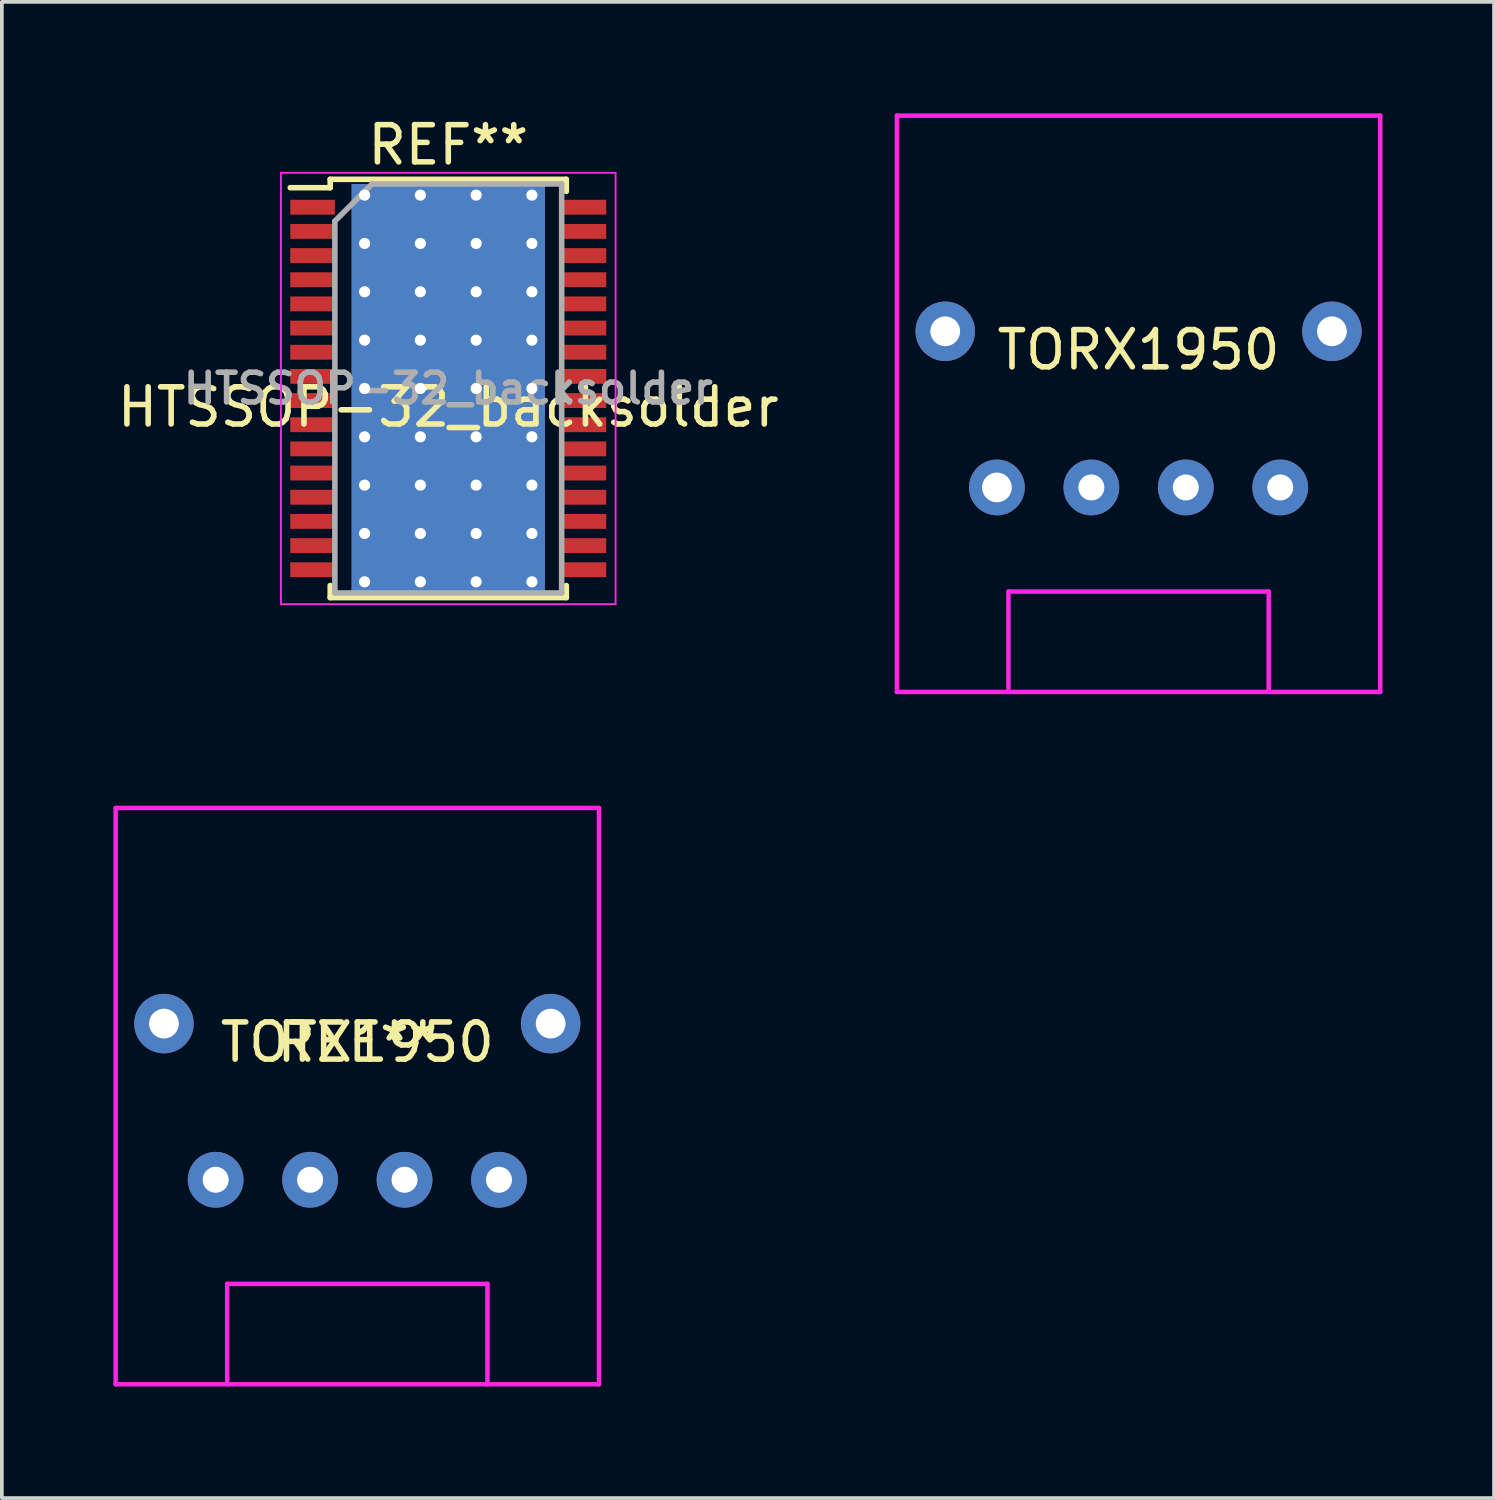
<source format=kicad_pcb>
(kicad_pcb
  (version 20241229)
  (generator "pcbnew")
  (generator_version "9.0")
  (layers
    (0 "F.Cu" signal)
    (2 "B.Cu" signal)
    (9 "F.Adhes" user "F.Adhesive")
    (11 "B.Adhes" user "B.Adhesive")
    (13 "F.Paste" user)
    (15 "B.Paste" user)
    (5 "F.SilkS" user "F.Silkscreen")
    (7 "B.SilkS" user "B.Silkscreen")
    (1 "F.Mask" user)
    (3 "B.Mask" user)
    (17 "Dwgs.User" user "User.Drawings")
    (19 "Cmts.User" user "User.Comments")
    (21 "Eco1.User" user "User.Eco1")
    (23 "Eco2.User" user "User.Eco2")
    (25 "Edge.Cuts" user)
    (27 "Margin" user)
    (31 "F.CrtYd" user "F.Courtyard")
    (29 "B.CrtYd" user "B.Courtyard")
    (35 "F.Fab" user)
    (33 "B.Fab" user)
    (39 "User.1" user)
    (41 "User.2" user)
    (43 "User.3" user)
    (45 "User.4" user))
  (footprint "HTSSOP-32_backsolder"
    (layer "F.Cu")
    (at 9.006 7.398)
    (property "Reference" "HTSSOP-32_backsolder" (at 0 0.5 0) (layer "F.SilkS") (effects (font (size 1 1) (thickness 0.15))))
    (attr through_hole)
    (fp_line (start -4.25 -5.4) (end -3.175 -5.4) (stroke (width 0.15) (type solid)) (layer "F.SilkS"))
    (fp_line (start -3.175 -5.625) (end 3.175 -5.625) (stroke (width 0.15) (type solid)) (layer "F.SilkS"))
    (fp_line (start -3.175 -5.4) (end -3.175 -5.625) (stroke (width 0.15) (type solid)) (layer "F.SilkS"))
    (fp_line (start -3.175 5.3) (end -3.175 5.625) (stroke (width 0.15) (type solid)) (layer "F.SilkS"))
    (fp_line (start -3.175 5.625) (end 3.175 5.625) (stroke (width 0.15) (type solid)) (layer "F.SilkS"))
    (fp_line (start 3.175 -5.625) (end 3.175 -5.3) (stroke (width 0.15) (type solid)) (layer "F.SilkS"))
    (fp_line (start 3.175 5.625) (end 3.175 5.3) (stroke (width 0.15) (type solid)) (layer "F.SilkS"))
    (fp_line (start -4.5 -5.8) (end -4.5 5.8) (stroke (width 0.05) (type solid)) (layer "F.CrtYd"))
    (fp_line (start -4.5 5.8) (end 4.5 5.8) (stroke (width 0.05) (type solid)) (layer "F.CrtYd"))
    (fp_line (start 4.5 -5.8) (end -4.5 -5.8) (stroke (width 0.05) (type solid)) (layer "F.CrtYd"))
    (fp_line (start 4.5 5.8) (end 4.5 -5.8) (stroke (width 0.05) (type solid)) (layer "F.CrtYd"))
    (fp_line (start -3.05 -4.5) (end -2.05 -5.5) (stroke (width 0.15) (type solid)) (layer "F.Fab"))
    (fp_line (start -3.05 5.5) (end -3.05 -4.5) (stroke (width 0.15) (type solid)) (layer "F.Fab"))
    (fp_line (start -2.05 -5.5) (end 3.05 -5.5) (stroke (width 0.15) (type solid)) (layer "F.Fab"))
    (fp_line (start 3.05 -5.5) (end 3.05 5.5) (stroke (width 0.15) (type solid)) (layer "F.Fab"))
    (fp_line (start 3.05 5.5) (end -3.05 5.5) (stroke (width 0.15) (type solid)) (layer "F.Fab"))
    (fp_text user "REF**" (at 0 -6.55 0) (layer "F.SilkS") (effects (font (size 1 1) (thickness 0.15))))
    (fp_text user "${REFERENCE}" (at 0 0 0) (layer "F.Fab") (effects (font (size 0.8 0.8) (thickness 0.15))))
    (pad "" smd rect (at -1.365 -1.725) (size 0.93 0.55) (layers "F.Paste"))
    (pad "" smd rect (at -1.365 -0.65) (size 0.93 1) (layers "F.Paste"))
    (pad "" smd rect (at -1.365 0.65) (size 0.93 1) (layers "F.Paste"))
    (pad "" smd rect (at -1.365 1.725) (size 0.93 0.55) (layers "F.Paste"))
    (pad "" smd rect (at 0 -1.725) (size 1.2 0.55) (layers "F.Paste"))
    (pad "" smd rect (at 0 -0.65) (size 1.2 1) (layers "F.Paste"))
    (pad "" smd rect (at 0 0) (size 2.3 3.5) (layers "B.Mask"))
    (pad "" smd rect (at 0 0) (size 3.04 3.74) (layers "F.Mask"))
    (pad "" smd rect (at 0 0.65) (size 1.2 1) (layers "F.Paste"))
    (pad "" smd rect (at 0 1.725) (size 1.2 0.55) (layers "F.Paste"))
    (pad "" smd rect (at 1.365 -1.725) (size 0.93 0.55) (layers "F.Paste"))
    (pad "" smd rect (at 1.365 -0.65) (size 0.93 1) (layers "F.Paste"))
    (pad "" smd rect (at 1.365 0.65) (size 0.93 1) (layers "F.Paste"))
    (pad "" smd rect (at 1.365 1.725) (size 0.93 0.55) (layers "F.Paste"))
    (pad "1" smd rect (at -3.65 -4.875) (size 1.2 0.4) (layers "F.Cu" "F.Mask" "F.Paste"))
    (pad "2" smd rect (at -3.65 -4.225) (size 1.2 0.4) (layers "F.Cu" "F.Mask" "F.Paste"))
    (pad "3" smd rect (at -3.65 -3.575) (size 1.2 0.4) (layers "F.Cu" "F.Mask" "F.Paste"))
    (pad "4" smd rect (at -3.65 -2.925) (size 1.2 0.4) (layers "F.Cu" "F.Mask" "F.Paste"))
    (pad "5" smd rect (at -3.65 -2.275) (size 1.2 0.4) (layers "F.Cu" "F.Mask" "F.Paste"))
    (pad "6" smd rect (at -3.65 -1.625) (size 1.2 0.4) (layers "F.Cu" "F.Mask" "F.Paste"))
    (pad "7" smd rect (at -3.65 -0.975) (size 1.2 0.4) (layers "F.Cu" "F.Mask" "F.Paste"))
    (pad "8" smd rect (at -3.65 -0.325) (size 1.2 0.4) (layers "F.Cu" "F.Mask" "F.Paste"))
    (pad "9" smd rect (at -3.65 0.325) (size 1.2 0.4) (layers "F.Cu" "F.Mask" "F.Paste"))
    (pad "10" smd rect (at -3.65 0.975) (size 1.2 0.4) (layers "F.Cu" "F.Mask" "F.Paste"))
    (pad "11" smd rect (at -3.65 1.625) (size 1.2 0.4) (layers "F.Cu" "F.Mask" "F.Paste"))
    (pad "12" smd rect (at -3.65 2.275) (size 1.2 0.4) (layers "F.Cu" "F.Mask" "F.Paste"))
    (pad "13" smd rect (at -3.65 2.925) (size 1.2 0.4) (layers "F.Cu" "F.Mask" "F.Paste"))
    (pad "14" smd rect (at -3.65 3.575) (size 1.2 0.4) (layers "F.Cu" "F.Mask" "F.Paste"))
    (pad "15" smd rect (at -3.65 4.225) (size 1.2 0.4) (layers "F.Cu" "F.Mask" "F.Paste"))
    (pad "16" smd rect (at -3.65 4.875) (size 1.2 0.4) (layers "F.Cu" "F.Mask" "F.Paste"))
    (pad "17" smd rect (at 3.65 4.875) (size 1.2 0.4) (layers "F.Cu" "F.Mask" "F.Paste"))
    (pad "18" smd rect (at 3.65 4.225) (size 1.2 0.4) (layers "F.Cu" "F.Mask" "F.Paste"))
    (pad "19" smd rect (at 3.65 3.575) (size 1.2 0.4) (layers "F.Cu" "F.Mask" "F.Paste"))
    (pad "20" smd rect (at 3.65 2.925) (size 1.2 0.4) (layers "F.Cu" "F.Mask" "F.Paste"))
    (pad "21" smd rect (at 3.65 2.275) (size 1.2 0.4) (layers "F.Cu" "F.Mask" "F.Paste"))
    (pad "22" smd rect (at 3.65 1.625) (size 1.2 0.4) (layers "F.Cu" "F.Mask" "F.Paste"))
    (pad "23" smd rect (at 3.65 0.975) (size 1.2 0.4) (layers "F.Cu" "F.Mask" "F.Paste"))
    (pad "24" smd rect (at 3.65 0.325) (size 1.2 0.4) (layers "F.Cu" "F.Mask" "F.Paste"))
    (pad "25" smd rect (at 3.65 -0.325) (size 1.2 0.4) (layers "F.Cu" "F.Mask" "F.Paste"))
    (pad "26" smd rect (at 3.65 -0.975) (size 1.2 0.4) (layers "F.Cu" "F.Mask" "F.Paste"))
    (pad "27" smd rect (at 3.65 -1.625) (size 1.2 0.4) (layers "F.Cu" "F.Mask" "F.Paste"))
    (pad "28" smd rect (at 3.65 -2.275) (size 1.2 0.4) (layers "F.Cu" "F.Mask" "F.Paste"))
    (pad "29" smd rect (at 3.65 -2.925) (size 1.2 0.4) (layers "F.Cu" "F.Mask" "F.Paste"))
    (pad "30" smd rect (at 3.65 -3.575) (size 1.2 0.4) (layers "F.Cu" "F.Mask" "F.Paste"))
    (pad "31" smd rect (at 3.65 -4.225) (size 1.2 0.4) (layers "F.Cu" "F.Mask" "F.Paste"))
    (pad "32" smd rect (at 3.65 -4.875) (size 1.2 0.4) (layers "F.Cu" "F.Mask" "F.Paste"))
    (pad "33" thru_hole circle (at -2.25 -5.2) (size 0.6 0.6) (drill 0.3) (layers "*.Cu"))
    (pad "33" thru_hole circle (at -2.25 -3.9) (size 0.6 0.6) (drill 0.3) (layers "*.Cu"))
    (pad "33" thru_hole circle (at -2.25 -2.6) (size 0.6 0.6) (drill 0.3) (layers "*.Cu"))
    (pad "33" thru_hole circle (at -2.25 -1.3) (size 0.6 0.6) (drill 0.3) (layers "*.Cu"))
    (pad "33" thru_hole circle (at -2.25 0) (size 0.6 0.6) (drill 0.3) (layers "*.Cu"))
    (pad "33" thru_hole circle (at -2.25 1.3) (size 0.6 0.6) (drill 0.3) (layers "*.Cu"))
    (pad "33" thru_hole circle (at -2.25 2.6) (size 0.6 0.6) (drill 0.3) (layers "*.Cu"))
    (pad "33" thru_hole circle (at -2.25 3.9) (size 0.6 0.6) (drill 0.3) (layers "*.Cu"))
    (pad "33" thru_hole circle (at -2.25 5.2) (size 0.6 0.6) (drill 0.3) (layers "*.Cu"))
    (pad "33" thru_hole circle (at -0.75 -5.2) (size 0.6 0.6) (drill 0.3) (layers "*.Cu"))
    (pad "33" thru_hole circle (at -0.75 -3.9) (size 0.6 0.6) (drill 0.3) (layers "*.Cu"))
    (pad "33" thru_hole circle (at -0.75 -2.6) (size 0.6 0.6) (drill 0.3) (layers "*.Cu"))
    (pad "33" thru_hole circle (at -0.75 -1.3) (size 0.6 0.6) (drill 0.3) (layers "*.Cu"))
    (pad "33" thru_hole circle (at -0.75 0) (size 0.6 0.6) (drill 0.3) (layers "*.Cu"))
    (pad "33" thru_hole circle (at -0.75 1.3) (size 0.6 0.6) (drill 0.3) (layers "*.Cu"))
    (pad "33" thru_hole circle (at -0.75 2.6) (size 0.6 0.6) (drill 0.3) (layers "*.Cu"))
    (pad "33" thru_hole circle (at -0.75 3.9) (size 0.6 0.6) (drill 0.3) (layers "*.Cu"))
    (pad "33" thru_hole circle (at -0.75 5.2) (size 0.6 0.6) (drill 0.3) (layers "*.Cu"))
    (pad "33" smd rect (at 0 0) (size 5.2 11) (layers "F.Cu"))
    (pad "33" smd rect (at 0 0) (size 5.2 11) (layers "B.Cu"))
    (pad "33" thru_hole circle (at 0.75 -5.2) (size 0.6 0.6) (drill 0.3) (layers "*.Cu"))
    (pad "33" thru_hole circle (at 0.75 -3.9) (size 0.6 0.6) (drill 0.3) (layers "*.Cu"))
    (pad "33" thru_hole circle (at 0.75 -2.6) (size 0.6 0.6) (drill 0.3) (layers "*.Cu"))
    (pad "33" thru_hole circle (at 0.75 -1.3) (size 0.6 0.6) (drill 0.3) (layers "*.Cu"))
    (pad "33" thru_hole circle (at 0.75 0) (size 0.6 0.6) (drill 0.3) (layers "*.Cu"))
    (pad "33" thru_hole circle (at 0.75 1.3) (size 0.6 0.6) (drill 0.3) (layers "*.Cu"))
    (pad "33" thru_hole circle (at 0.75 2.6) (size 0.6 0.6) (drill 0.3) (layers "*.Cu"))
    (pad "33" thru_hole circle (at 0.75 3.9) (size 0.6 0.6) (drill 0.3) (layers "*.Cu"))
    (pad "33" thru_hole circle (at 0.75 5.2) (size 0.6 0.6) (drill 0.3) (layers "*.Cu"))
    (pad "33" thru_hole circle (at 2.25 -5.2) (size 0.6 0.6) (drill 0.3) (layers "*.Cu"))
    (pad "33" thru_hole circle (at 2.25 -3.9) (size 0.6 0.6) (drill 0.3) (layers "*.Cu"))
    (pad "33" thru_hole circle (at 2.25 -2.6) (size 0.6 0.6) (drill 0.3) (layers "*.Cu"))
    (pad "33" thru_hole circle (at 2.25 -1.3) (size 0.6 0.6) (drill 0.3) (layers "*.Cu"))
    (pad "33" thru_hole circle (at 2.25 0) (size 0.6 0.6) (drill 0.3) (layers "*.Cu"))
    (pad "33" thru_hole circle (at 2.25 1.3) (size 0.6 0.6) (drill 0.3) (layers "*.Cu"))
    (pad "33" thru_hole circle (at 2.25 2.6) (size 0.6 0.6) (drill 0.3) (layers "*.Cu"))
    (pad "33" thru_hole circle (at 2.25 3.9) (size 0.6 0.6) (drill 0.3) (layers "*.Cu"))
    (pad "33" thru_hole circle (at 2.25 5.2) (size 0.6 0.6) (drill 0.3) (layers "*.Cu")))
  (footprint "TORX1950"
    (layer "F.Cu")
    (at 27.572 5.86)
    (property "Reference" "TORX1950" (at 0 0.5 0) (layer "F.SilkS") (effects (font (size 1 1) (thickness 0.15))))
    (attr through_hole)
    (fp_line (start -6.5 -5.8) (end 6.5 -5.8) (stroke (width 0.12) (type solid)) (layer "F.CrtYd"))
    (fp_line (start -6.5 9.7) (end -6.5 -5.8) (stroke (width 0.12) (type solid)) (layer "F.CrtYd"))
    (fp_line (start -3.5 7) (end 3.5 7) (stroke (width 0.12) (type solid)) (layer "F.CrtYd"))
    (fp_line (start -3.5 9.7) (end -3.5 7) (stroke (width 0.12) (type solid)) (layer "F.CrtYd"))
    (fp_line (start 3.5 7) (end 3.5 9.7) (stroke (width 0.12) (type solid)) (layer "F.CrtYd"))
    (fp_line (start 6.5 -5.8) (end 6.5 9.7) (stroke (width 0.12) (type solid)) (layer "F.CrtYd"))
    (fp_line (start 6.5 9.7) (end -6.5 9.7) (stroke (width 0.12) (type solid)) (layer "F.CrtYd"))
    (pad "1" thru_hole circle (at 3.81 4.2) (size 1.5 1.5) (drill 0.7) (layers "*.Cu" "*.Mask"))
    (pad "2" thru_hole circle (at 1.27 4.2) (size 1.5 1.5) (drill 0.7) (layers "*.Cu" "*.Mask"))
    (pad "3" thru_hole circle (at -1.27 4.2) (size 1.5 1.5) (drill 0.7) (layers "*.Cu" "*.Mask"))
    (pad "4" thru_hole circle (at -3.81 4.2) (size 1.5 1.5) (drill 0.8) (layers "*.Cu" "*.Mask"))
    (pad "5" thru_hole circle (at -5.2 0) (size 1.6 1.6) (drill 0.8) (layers "*.Cu" "*.Mask"))
    (pad "6" thru_hole circle (at 5.2 0) (size 1.6 1.6) (drill 0.8) (layers "*.Cu" "*.Mask")))
  (footprint "TOTX1950"
    (layer "F.Cu")
    (at 6.56 24.48)
    (property "Reference" "TOTX1950" (at 0 0.5 0) (layer "F.SilkS") (effects (font (size 1 1) (thickness 0.15))))
    (attr through_hole)
    (fp_line (start -6.5 -5.8) (end 6.5 -5.8) (stroke (width 0.12) (type solid)) (layer "F.CrtYd"))
    (fp_line (start -6.5 9.7) (end -6.5 -5.8) (stroke (width 0.12) (type solid)) (layer "F.CrtYd"))
    (fp_line (start -3.5 7) (end 3.5 7) (stroke (width 0.12) (type solid)) (layer "F.CrtYd"))
    (fp_line (start -3.5 9.7) (end -3.5 7) (stroke (width 0.12) (type solid)) (layer "F.CrtYd"))
    (fp_line (start 3.5 7) (end 3.5 9.7) (stroke (width 0.12) (type solid)) (layer "F.CrtYd"))
    (fp_line (start 6.5 -5.8) (end 6.5 9.7) (stroke (width 0.12) (type solid)) (layer "F.CrtYd"))
    (fp_line (start 6.5 9.7) (end -6.5 9.7) (stroke (width 0.12) (type solid)) (layer "F.CrtYd"))
    (fp_text user "REF**" (at 0 0.5 0) (layer "F.SilkS") (effects (font (size 1 1) (thickness 0.15))))
    (pad "1" thru_hole circle (at 3.81 4.2) (size 1.5 1.5) (drill 0.7) (layers "*.Cu" "*.Mask"))
    (pad "2" thru_hole circle (at 1.27 4.2) (size 1.5 1.5) (drill 0.7) (layers "*.Cu" "*.Mask"))
    (pad "3" thru_hole circle (at -1.27 4.2) (size 1.5 1.5) (drill 0.7) (layers "*.Cu" "*.Mask"))
    (pad "4" thru_hole circle (at -3.81 4.2) (size 1.5 1.5) (drill 0.7) (layers "*.Cu" "*.Mask"))
    (pad "5" thru_hole circle (at -5.2 0) (size 1.6 1.6) (drill 0.8) (layers "*.Cu" "*.Mask"))
    (pad "6" thru_hole circle (at 5.2 0) (size 1.6 1.6) (drill 0.8) (layers "*.Cu" "*.Mask")))
  (gr_rect
    (start -3 -3)
    (end 37.132 37.24)
    (stroke (width 0.1) (type default))
    (fill no)
    (layer "Edge.Cuts")))
</source>
